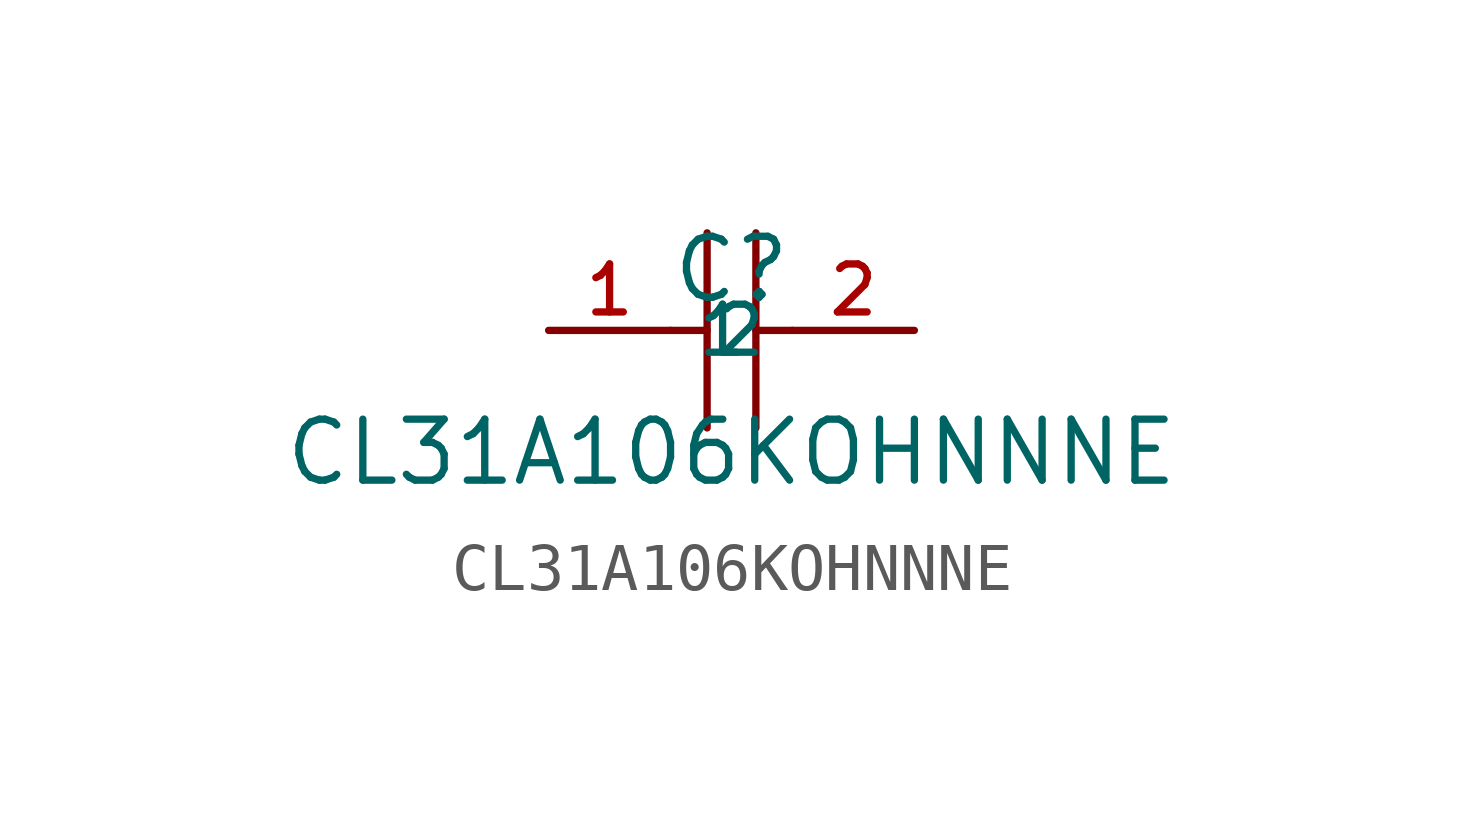
<source format=kicad_sym>
(kicad_symbol_lib
  (version 20210201)
  (generator TousstNicolas/JLC2KiCad_lib)
  (symbol "CL31A106KOHNNNE"
    (property "Reference" "C"
      (at 0 1.27 0)
      (effects (font (size 1.27 1.27))))
    (property "Value" "CL31A106KOHNNNE"
      (at 0 -2.54 0)
      (effects (font (size 1.27 1.27))))
    (symbol "CL31A106KOHNNNE_0_1"
      (polyline (pts (xy -0.508 2.032) (xy -0.508 -2.032)) (stroke (width 0) (type default) (color 0 0 0 0)) (fill (type none)))
      (polyline (pts (xy 0.508 2.032) (xy 0.508 -2.032)) (stroke (width 0) (type default) (color 0 0 0 0)) (fill (type none)))
      (pin input line (at -3.81 -0.0 0) (length 2.54) (name "1" (effects (font (size 1 1)))) (number "1" (effects (font (size 1 1)))))
      (pin input line (at 3.81 -0.0 180) (length 2.54) (name "2" (effects (font (size 1 1)))) (number "2" (effects (font (size 1 1)))))
      (polyline (pts (xy -1.27 -0.0) (xy -0.508 -0.0)) (stroke (width 0) (type default) (color 0 0 0 0)) (fill (type none)))
      (polyline (pts (xy 0.508 -0.0) (xy 1.27 -0.0)) (stroke (width 0) (type default) (color 0 0 0 0)) (fill (type none))))))
</source>
